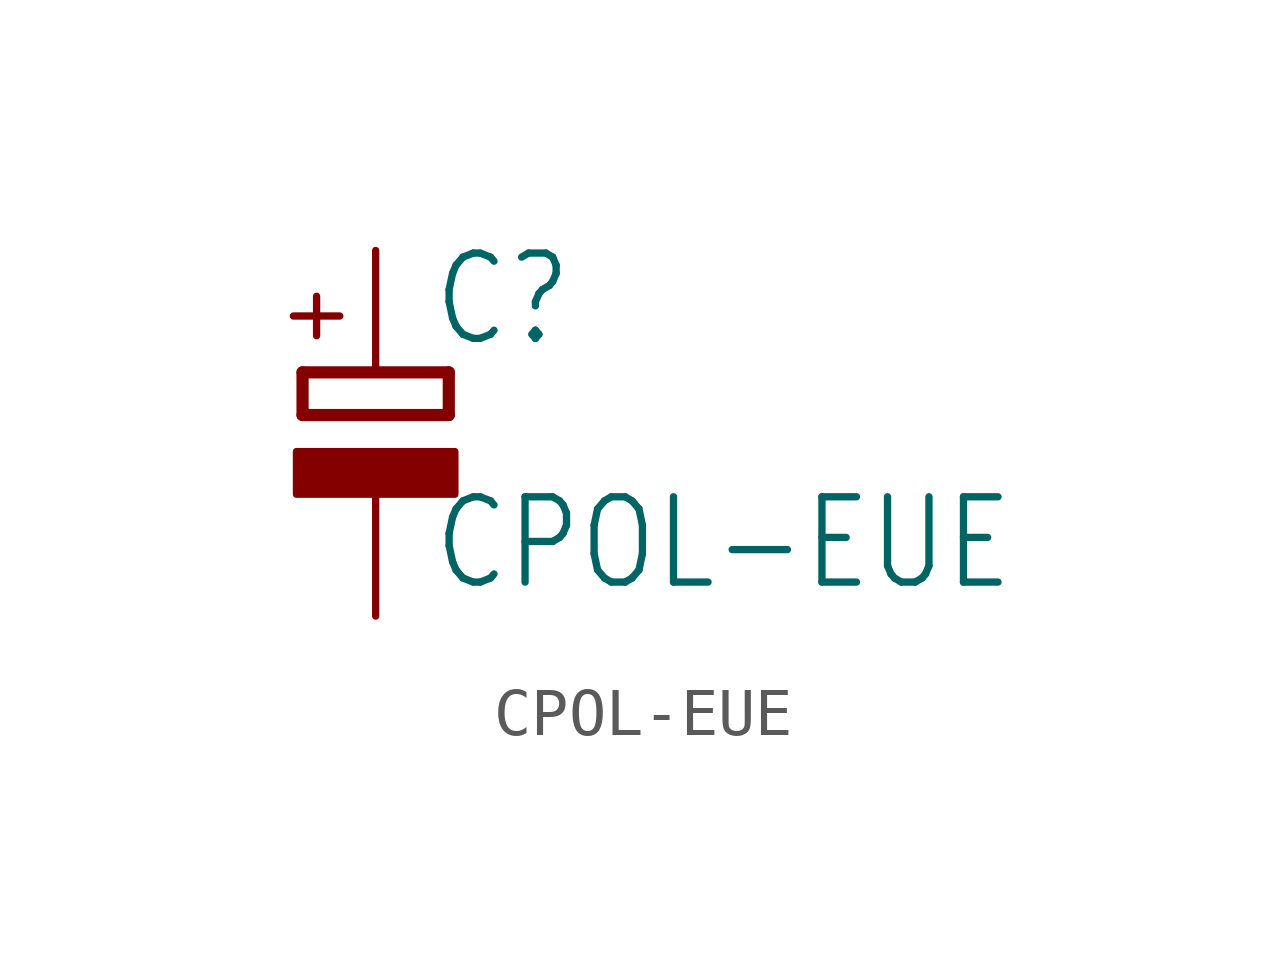
<source format=kicad_sym>
(kicad_symbol_lib
  (version 20210619)
  (generator kicad_symbol_editor)
  (symbol "CPOL-EUE"
    (property "Reference" "C"
      (at 1.143 0.483 0)
      (effects (font (size 1.778 1.511)) (justify left bottom)))
    (property "Value" "CPOL-EUE"
      (at 1.143 -4.597 0)
      (effects (font (size 1.778 1.511)) (justify left bottom)))
    (property "ki_locked" ""
      (at 0 0 0)
      (effects (font (size 1.27 1.27))))
    (symbol "CPOL-EUE_1_0"
      (text "+" (at -0.584 0.406 900) (effects (font (size 1.27 1.079)) (justify left bottom)))
      (rectangle (start -1.651 -2.54) (end 1.651 -1.651) (stroke (width 0)) (fill (type outline)))
      (polyline (pts (xy -1.524 -0.889) (xy 1.524 -0.889)) (stroke (width 0.254)) (fill (type none)))
      (polyline (pts (xy -1.524 0) (xy -1.524 -0.889)) (stroke (width 0.254)) (fill (type none)))
      (polyline (pts (xy -1.524 0) (xy 1.524 0)) (stroke (width 0.254)) (fill (type none)))
      (polyline (pts (xy 1.524 -0.889) (xy 1.524 0)) (stroke (width 0.254)) (fill (type none)))
      (pin passive line (at 0 2.54 270) (length 2.54) (name "+" (effects (font (size 0 0)))) (number "+" (effects (font (size 0 0)))))
      (pin passive line (at 0 -5.08 90) (length 2.54) (name "-" (effects (font (size 0 0)))) (number "-" (effects (font (size 0 0))))))))
</source>
